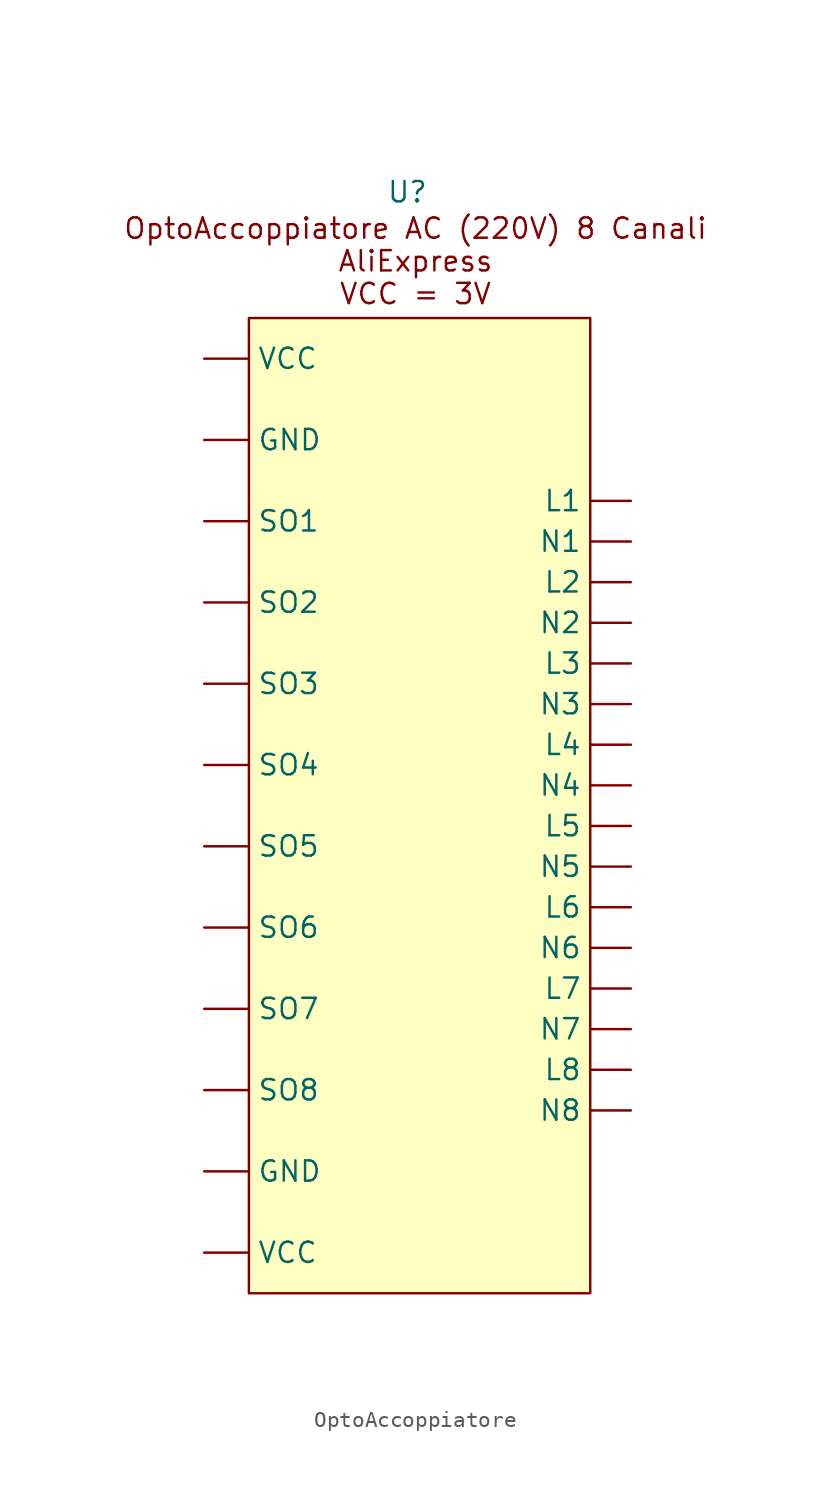
<source format=kicad_sym>
(kicad_symbol_lib
  (version 20241209)
  (generator "kicad_symbol_editor")
  (generator_version "9.0")
  (symbol "OptoAccoppiatore"
    (property "Reference" "U"
      (at 7.62 16.764 0)
      (effects (font (size 1.27 1.27))))
    (property "Value" ""
      (at 0 0 0)
      (effects (font (size 1.27 1.27))))
    (symbol "OptoAccoppiatore_1_1"
      (rectangle (start -2.286 8.89) (end 19.05 -52.07) (stroke (width 0) (type solid)) (fill (type color) (color 255 255 194 1)))
      (text "OptoAccoppiatore AC (220V) 8 Canali\nAliExpress\nVCC = 3V" (at 8.128 12.446 0) (effects (font (size 1.27 1.27))))
      (pin input line (at -5.08 6.35 0) (length 2.794) (name "VCC" (effects (font (size 1.27 1.27)))) (number "" (effects (font (size 1.27 1.27)))))
      (pin input line (at -5.08 1.27 0) (length 2.794) (name "GND" (effects (font (size 1.27 1.27)))) (number "" (effects (font (size 1.27 1.27)))))
      (pin input line (at -5.08 -3.81 0) (length 2.794) (name "SO1" (effects (font (size 1.27 1.27)))) (number "" (effects (font (size 1.27 1.27)))))
      (pin input line (at -5.08 -8.89 0) (length 2.794) (name "SO2" (effects (font (size 1.27 1.27)))) (number "" (effects (font (size 1.27 1.27)))))
      (pin input line (at -5.08 -13.97 0) (length 2.794) (name "SO3" (effects (font (size 1.27 1.27)))) (number "" (effects (font (size 1.27 1.27)))))
      (pin input line (at -5.08 -19.05 0) (length 2.794) (name "SO4" (effects (font (size 1.27 1.27)))) (number "" (effects (font (size 1.27 1.27)))))
      (pin input line (at -5.08 -24.13 0) (length 2.794) (name "SO5" (effects (font (size 1.27 1.27)))) (number "" (effects (font (size 1.27 1.27)))))
      (pin input line (at -5.08 -29.21 0) (length 2.794) (name "SO6" (effects (font (size 1.27 1.27)))) (number "" (effects (font (size 1.27 1.27)))))
      (pin input line (at -5.08 -34.29 0) (length 2.794) (name "SO7" (effects (font (size 1.27 1.27)))) (number "" (effects (font (size 1.27 1.27)))))
      (pin input line (at -5.08 -39.37 0) (length 2.794) (name "SO8" (effects (font (size 1.27 1.27)))) (number "" (effects (font (size 1.27 1.27)))))
      (pin input line (at -5.08 -44.45 0) (length 2.794) (name "GND" (effects (font (size 1.27 1.27)))) (number "" (effects (font (size 1.27 1.27)))))
      (pin input line (at -5.08 -49.53 0) (length 2.794) (name "VCC" (effects (font (size 1.27 1.27)))) (number "" (effects (font (size 1.27 1.27)))))
      (pin input line (at 21.59 -2.54 180) (length 2.54) (name "L1" (effects (font (size 1.27 1.27)))) (number "" (effects (font (size 1.27 1.27)))))
      (pin input line (at 21.59 -5.08 180) (length 2.54) (name "N1" (effects (font (size 1.27 1.27)))) (number "" (effects (font (size 1.27 1.27)))))
      (pin input line (at 21.59 -7.62 180) (length 2.54) (name "L2" (effects (font (size 1.27 1.27)))) (number "" (effects (font (size 1.27 1.27)))))
      (pin input line (at 21.59 -10.16 180) (length 2.54) (name "N2" (effects (font (size 1.27 1.27)))) (number "" (effects (font (size 1.27 1.27)))))
      (pin input line (at 21.59 -12.7 180) (length 2.54) (name "L3" (effects (font (size 1.27 1.27)))) (number "" (effects (font (size 1.27 1.27)))))
      (pin input line (at 21.59 -15.24 180) (length 2.54) (name "N3" (effects (font (size 1.27 1.27)))) (number "" (effects (font (size 1.27 1.27)))))
      (pin input line (at 21.59 -17.78 180) (length 2.54) (name "L4" (effects (font (size 1.27 1.27)))) (number "" (effects (font (size 1.27 1.27)))))
      (pin input line (at 21.59 -20.32 180) (length 2.54) (name "N4" (effects (font (size 1.27 1.27)))) (number "" (effects (font (size 1.27 1.27)))))
      (pin input line (at 21.59 -22.86 180) (length 2.54) (name "L5" (effects (font (size 1.27 1.27)))) (number "" (effects (font (size 1.27 1.27)))))
      (pin input line (at 21.59 -25.4 180) (length 2.54) (name "N5" (effects (font (size 1.27 1.27)))) (number "" (effects (font (size 1.27 1.27)))))
      (pin input line (at 21.59 -27.94 180) (length 2.54) (name "L6" (effects (font (size 1.27 1.27)))) (number "" (effects (font (size 1.27 1.27)))))
      (pin input line (at 21.59 -30.48 180) (length 2.54) (name "N6" (effects (font (size 1.27 1.27)))) (number "" (effects (font (size 1.27 1.27)))))
      (pin input line (at 21.59 -33.02 180) (length 2.54) (name "L7" (effects (font (size 1.27 1.27)))) (number "" (effects (font (size 1.27 1.27)))))
      (pin input line (at 21.59 -35.56 180) (length 2.54) (name "N7" (effects (font (size 1.27 1.27)))) (number "" (effects (font (size 1.27 1.27)))))
      (pin input line (at 21.59 -38.1 180) (length 2.54) (name "L8" (effects (font (size 1.27 1.27)))) (number "" (effects (font (size 1.27 1.27)))))
      (pin input line (at 21.59 -40.64 180) (length 2.54) (name "N8" (effects (font (size 1.27 1.27)))) (number "" (effects (font (size 1.27 1.27))))))))
</source>
